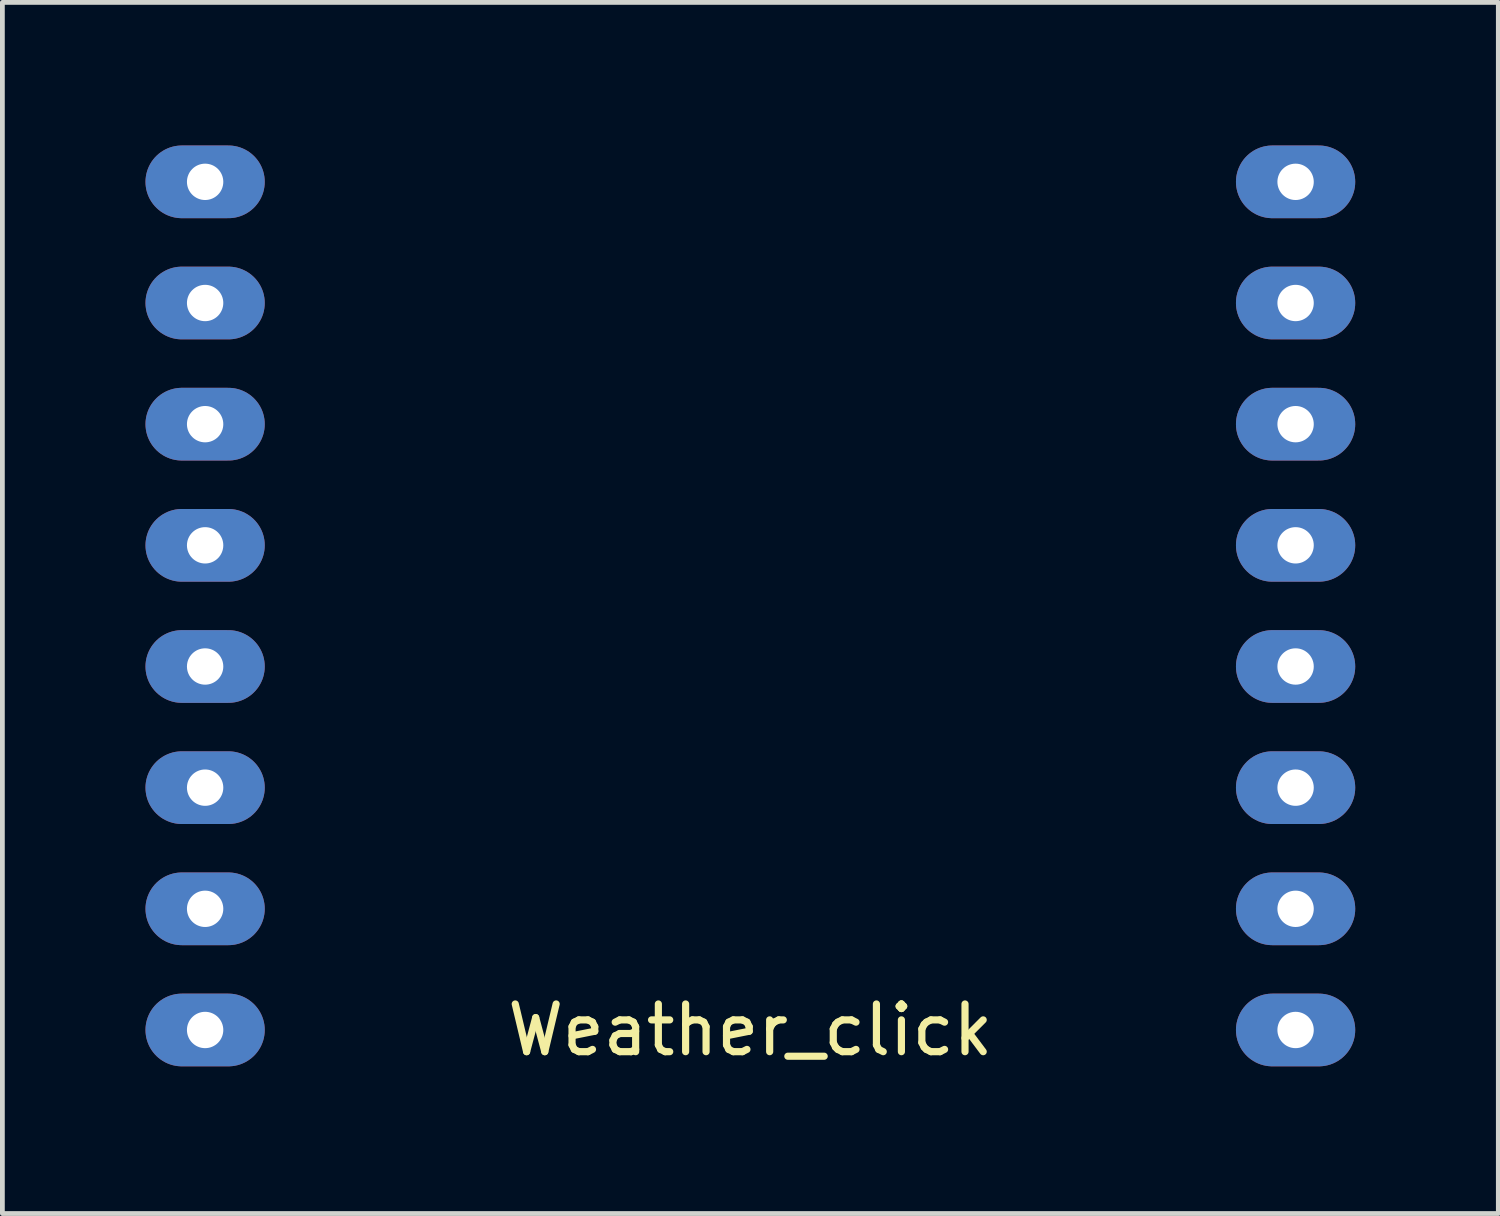
<source format=kicad_pcb>
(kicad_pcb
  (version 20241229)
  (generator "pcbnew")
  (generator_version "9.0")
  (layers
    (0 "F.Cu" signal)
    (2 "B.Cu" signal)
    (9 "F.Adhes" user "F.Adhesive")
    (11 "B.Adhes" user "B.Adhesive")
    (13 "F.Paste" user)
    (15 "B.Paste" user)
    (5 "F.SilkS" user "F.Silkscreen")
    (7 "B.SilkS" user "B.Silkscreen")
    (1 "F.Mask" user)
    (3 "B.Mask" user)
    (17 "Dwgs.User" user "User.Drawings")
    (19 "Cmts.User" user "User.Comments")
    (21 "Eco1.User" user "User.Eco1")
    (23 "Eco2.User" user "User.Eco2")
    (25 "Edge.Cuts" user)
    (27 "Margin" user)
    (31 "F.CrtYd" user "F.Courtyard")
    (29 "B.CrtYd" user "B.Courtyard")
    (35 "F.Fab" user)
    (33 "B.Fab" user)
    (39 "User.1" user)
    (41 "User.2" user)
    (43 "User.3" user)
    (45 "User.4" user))
  (footprint "Weather_click"
    (layer "F.Cu")
    (at 12.68 9.652)
    (property "Reference" "Weather_click" (at 0 8.89 0) (layer "F.SilkS") (effects (font (size 1 1) (thickness 0.15))))
    (attr through_hole)
    (pad "1" thru_hole oval (at -11.43 -8.89) (size 2.5 1.524) (drill 0.762) (layers "*.Cu" "*.Mask"))
    (pad "2" thru_hole oval (at -11.43 -6.35) (size 2.5 1.524) (drill 0.762) (layers "*.Cu" "*.Mask"))
    (pad "3" thru_hole oval (at -11.43 -3.81) (size 2.5 1.524) (drill 0.762) (layers "*.Cu" "*.Mask"))
    (pad "4" thru_hole oval (at -11.43 -1.27) (size 2.5 1.524) (drill 0.762) (layers "*.Cu" "*.Mask"))
    (pad "5" thru_hole oval (at -11.43 1.27) (size 2.5 1.524) (drill 0.762) (layers "*.Cu" "*.Mask"))
    (pad "6" thru_hole oval (at -11.43 3.81) (size 2.5 1.524) (drill 0.762) (layers "*.Cu" "*.Mask"))
    (pad "7" thru_hole oval (at -11.43 6.35) (size 2.5 1.524) (drill 0.762) (layers "*.Cu" "*.Mask"))
    (pad "8" thru_hole oval (at -11.43 8.89) (size 2.5 1.524) (drill 0.762) (layers "*.Cu" "*.Mask"))
    (pad "9" thru_hole oval (at 11.43 8.89) (size 2.5 1.524) (drill 0.762) (layers "*.Cu" "*.Mask"))
    (pad "10" thru_hole oval (at 11.43 6.35) (size 2.5 1.524) (drill 0.762) (layers "*.Cu" "*.Mask"))
    (pad "11" thru_hole oval (at 11.43 3.81) (size 2.5 1.524) (drill 0.762) (layers "*.Cu" "*.Mask"))
    (pad "12" thru_hole oval (at 11.43 1.27) (size 2.5 1.524) (drill 0.762) (layers "*.Cu" "*.Mask"))
    (pad "13" thru_hole oval (at 11.43 -1.27) (size 2.5 1.524) (drill 0.762) (layers "*.Cu" "*.Mask"))
    (pad "14" thru_hole oval (at 11.43 -3.81) (size 2.5 1.524) (drill 0.762) (layers "*.Cu" "*.Mask"))
    (pad "15" thru_hole oval (at 11.43 -6.35) (size 2.5 1.524) (drill 0.762) (layers "*.Cu" "*.Mask"))
    (pad "16" thru_hole oval (at 11.43 -8.89) (size 2.5 1.524) (drill 0.762) (layers "*.Cu" "*.Mask")))
  (gr_rect
    (start -3 -3)
    (end 28.36 22.39)
    (stroke (width 0.1) (type default))
    (fill no)
    (layer "Edge.Cuts")))
</source>
